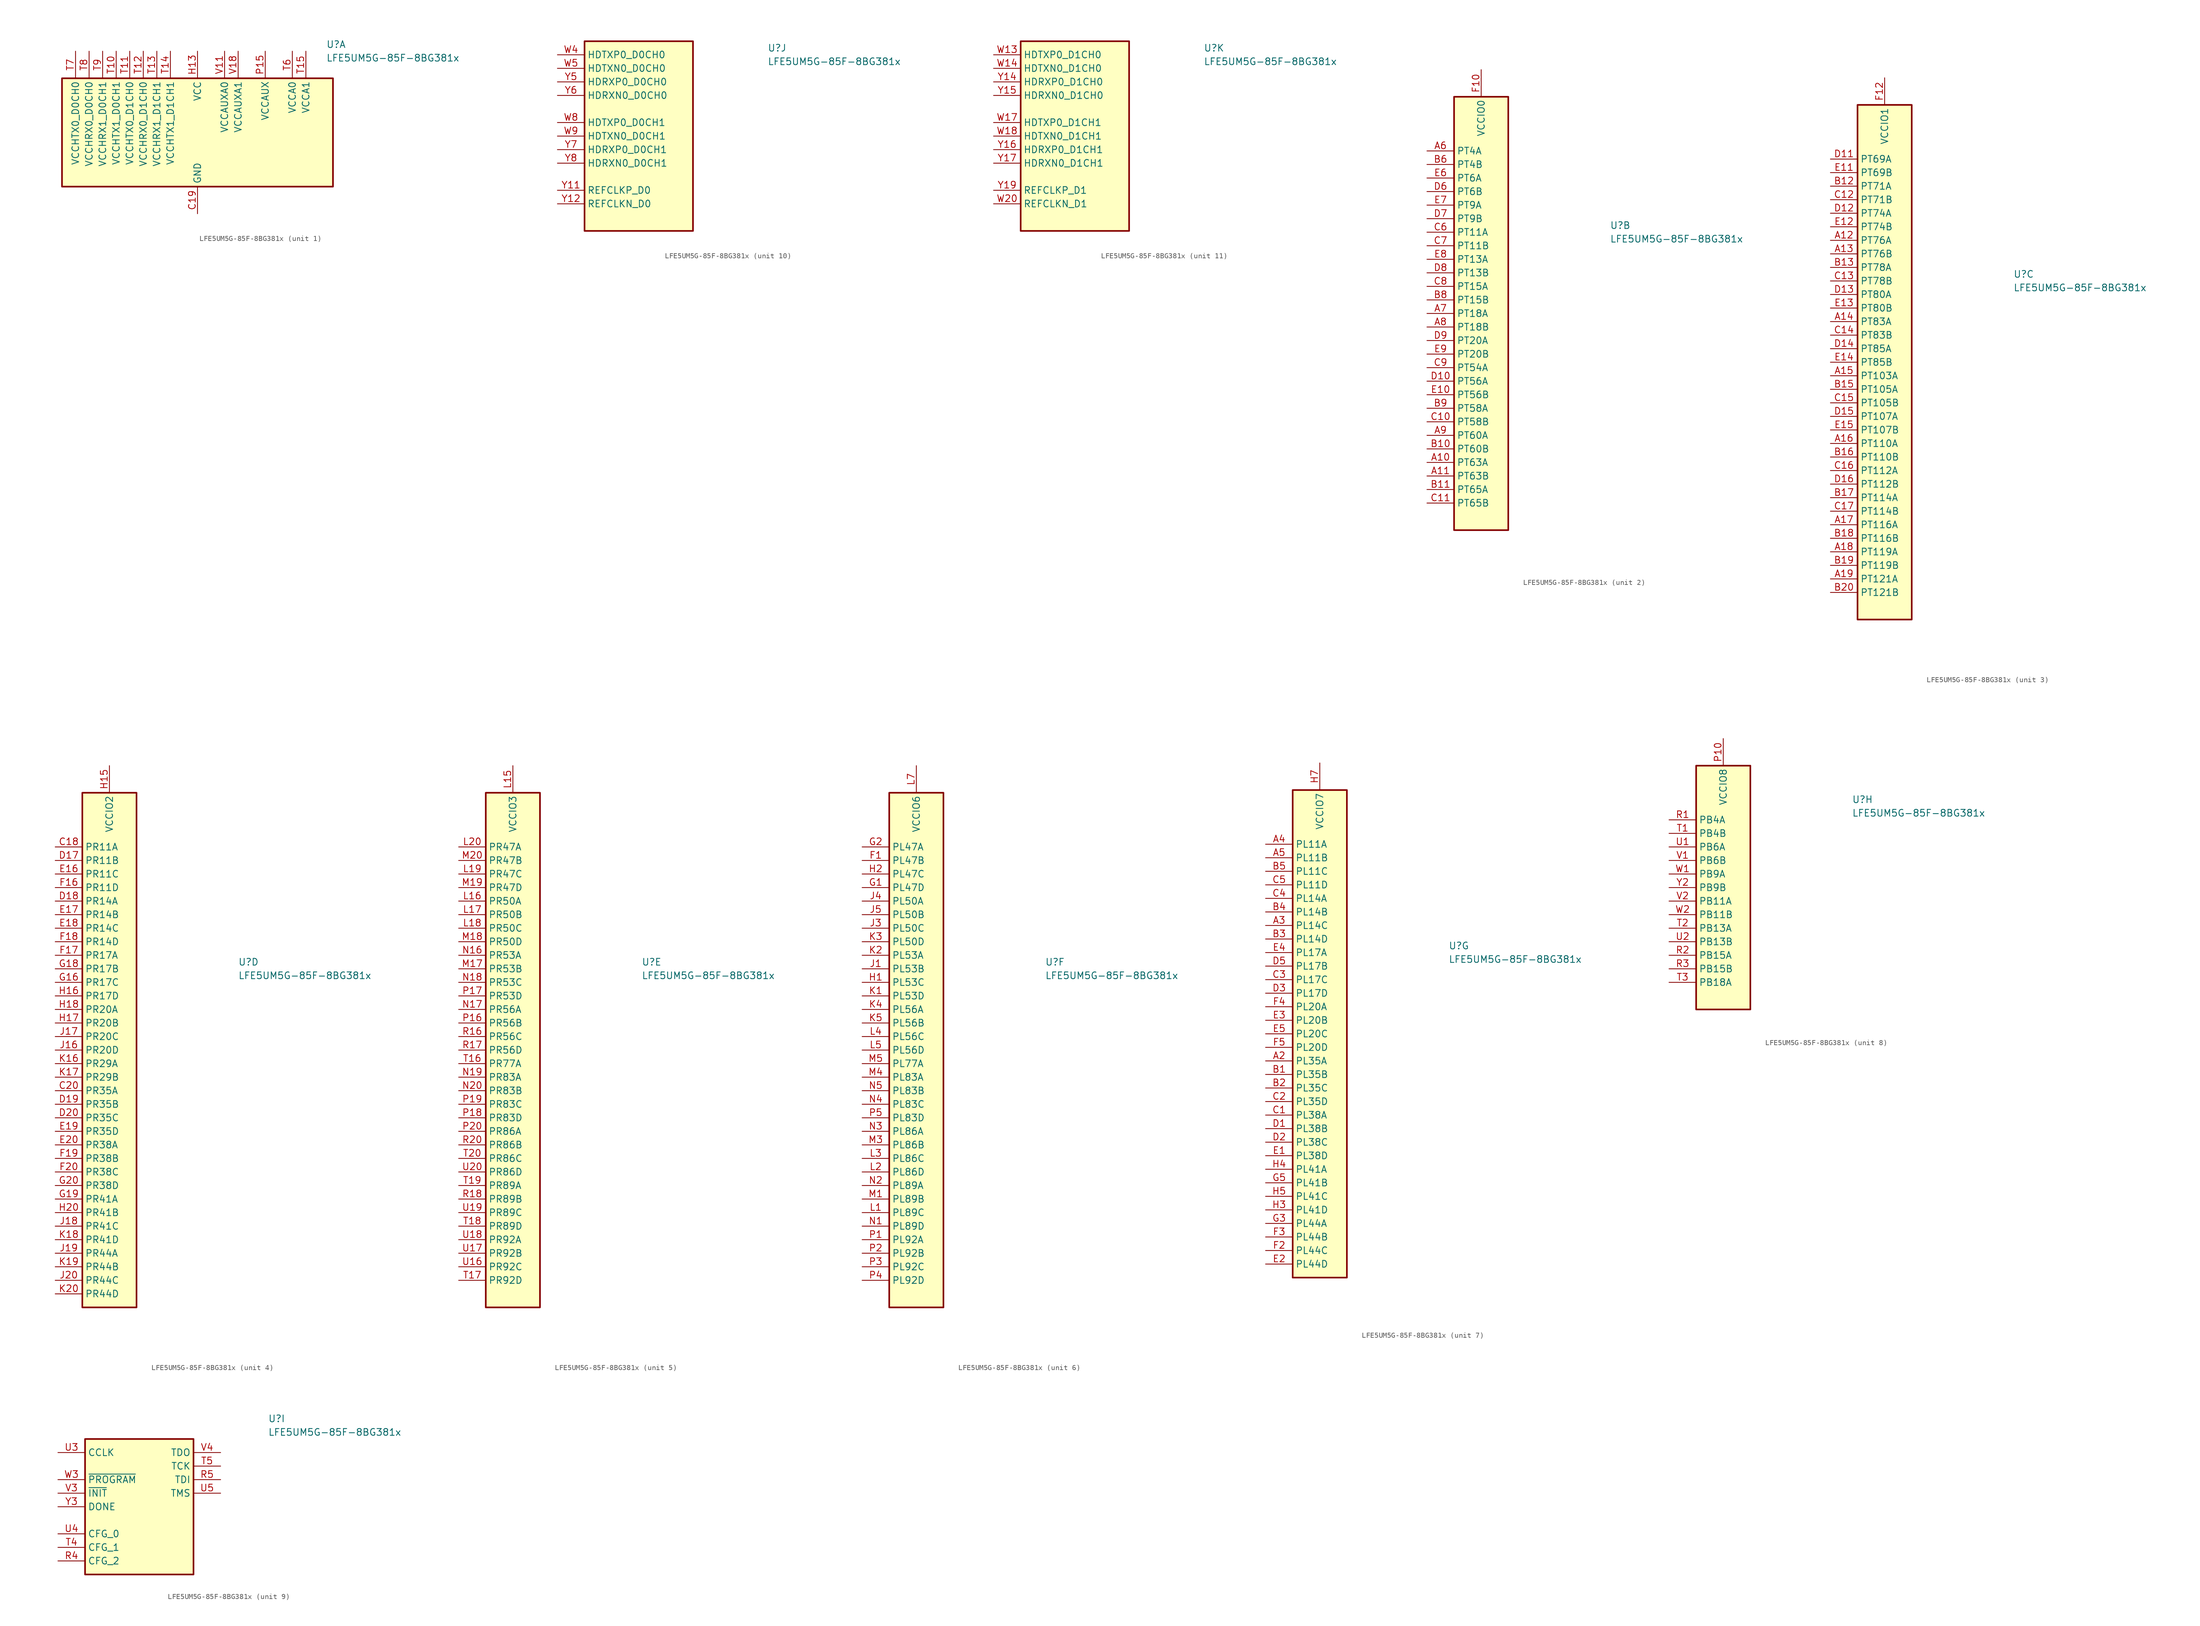
<source format=kicad_sym>
(kicad_symbol_lib
  (version 20200908)
  (generator kicad_symbol_editor)
  (symbol "FPGA_Lattice:LFE5UM5G-85F-8BG381x"
    (property "Reference" "U"
      (at 24.13 16.51 0)
      (effects (font (size 1.27 1.27)) (justify left)))
    (property "Value" "LFE5UM5G-85F-8BG381x"
      (at 24.13 13.97 0)
      (effects (font (size 1.27 1.27)) (justify left)))
    (property "ki_locked" ""
      (at 0 0 0)
      (effects (font (size 1.27 1.27))))
    (symbol "LFE5UM5G-85F-8BG381x_1_1"
      (rectangle (start -25.4 10.16) (end 25.4 -10.16) (stroke (width 0.305)) (fill (type background)))
      (pin passive line (at 0 -15.24 90) (length 5.08) hide (name "GND" (effects (font (size 1.27 1.27)))) (number "U10" (effects (font (size 1.27 1.27)))))
      (pin passive line (at 0 -15.24 90) (length 5.08) hide (name "GND" (effects (font (size 1.27 1.27)))) (number "U11" (effects (font (size 1.27 1.27)))))
      (pin passive line (at 0 -15.24 90) (length 5.08) hide (name "GND" (effects (font (size 1.27 1.27)))) (number "U12" (effects (font (size 1.27 1.27)))))
      (pin passive line (at 0 -15.24 90) (length 5.08) hide (name "GND" (effects (font (size 1.27 1.27)))) (number "U13" (effects (font (size 1.27 1.27)))))
      (pin passive line (at 0 -15.24 90) (length 5.08) hide (name "GND" (effects (font (size 1.27 1.27)))) (number "U14" (effects (font (size 1.27 1.27)))))
      (pin passive line (at 0 -15.24 90) (length 5.08) hide (name "GND" (effects (font (size 1.27 1.27)))) (number "U7" (effects (font (size 1.27 1.27)))))
      (pin passive line (at 0 -15.24 90) (length 5.08) hide (name "GND" (effects (font (size 1.27 1.27)))) (number "U8" (effects (font (size 1.27 1.27)))))
      (pin passive line (at 0 -15.24 90) (length 5.08) hide (name "GND" (effects (font (size 1.27 1.27)))) (number "U9" (effects (font (size 1.27 1.27)))))
      (pin passive line (at 0 -15.24 90) (length 5.08) hide (name "GND" (effects (font (size 1.27 1.27)))) (number "V12" (effects (font (size 1.27 1.27)))))
      (pin passive line (at 0 -15.24 90) (length 5.08) hide (name "GND" (effects (font (size 1.27 1.27)))) (number "V13" (effects (font (size 1.27 1.27)))))
      (pin passive line (at 0 -15.24 90) (length 5.08) hide (name "GND" (effects (font (size 1.27 1.27)))) (number "V14" (effects (font (size 1.27 1.27)))))
      (pin passive line (at 0 -15.24 90) (length 5.08) hide (name "GND" (effects (font (size 1.27 1.27)))) (number "V15" (effects (font (size 1.27 1.27)))))
      (pin passive line (at 0 -15.24 90) (length 5.08) hide (name "GND" (effects (font (size 1.27 1.27)))) (number "V16" (effects (font (size 1.27 1.27)))))
      (pin passive line (at 0 -15.24 90) (length 5.08) hide (name "GND" (effects (font (size 1.27 1.27)))) (number "V19" (effects (font (size 1.27 1.27)))))
      (pin passive line (at 0 -15.24 90) (length 5.08) hide (name "GND" (effects (font (size 1.27 1.27)))) (number "V20" (effects (font (size 1.27 1.27)))))
      (pin passive line (at 0 -15.24 90) (length 5.08) hide (name "GND" (effects (font (size 1.27 1.27)))) (number "V5" (effects (font (size 1.27 1.27)))))
      (pin passive line (at 0 -15.24 90) (length 5.08) hide (name "GND" (effects (font (size 1.27 1.27)))) (number "V6" (effects (font (size 1.27 1.27)))))
      (pin passive line (at 0 -15.24 90) (length 5.08) hide (name "GND" (effects (font (size 1.27 1.27)))) (number "V7" (effects (font (size 1.27 1.27)))))
      (pin passive line (at 0 -15.24 90) (length 5.08) hide (name "GND" (effects (font (size 1.27 1.27)))) (number "V8" (effects (font (size 1.27 1.27)))))
      (pin passive line (at 0 -15.24 90) (length 5.08) hide (name "GND" (effects (font (size 1.27 1.27)))) (number "V9" (effects (font (size 1.27 1.27)))))
      (pin passive line (at 0 -15.24 90) (length 5.08) hide (name "GND" (effects (font (size 1.27 1.27)))) (number "W12" (effects (font (size 1.27 1.27)))))
      (pin passive line (at 0 -15.24 90) (length 5.08) hide (name "GND" (effects (font (size 1.27 1.27)))) (number "W15" (effects (font (size 1.27 1.27)))))
      (pin passive line (at 0 -15.24 90) (length 5.08) hide (name "GND" (effects (font (size 1.27 1.27)))) (number "W16" (effects (font (size 1.27 1.27)))))
      (pin passive line (at 0 -15.24 90) (length 5.08) hide (name "GND" (effects (font (size 1.27 1.27)))) (number "W19" (effects (font (size 1.27 1.27)))))
      (pin passive line (at 0 -15.24 90) (length 5.08) hide (name "GND" (effects (font (size 1.27 1.27)))) (number "W6" (effects (font (size 1.27 1.27)))))
      (pin passive line (at 0 -15.24 90) (length 5.08) hide (name "GND" (effects (font (size 1.27 1.27)))) (number "W7" (effects (font (size 1.27 1.27)))))
      (pin passive line (at 0 -15.24 90) (length 5.08) hide (name "GND" (effects (font (size 1.27 1.27)))) (number "B14" (effects (font (size 1.27 1.27)))))
      (pin passive line (at 0 -15.24 90) (length 5.08) hide (name "GND" (effects (font (size 1.27 1.27)))) (number "B7" (effects (font (size 1.27 1.27)))))
      (pin power_in line (at 0 -15.24 90) (length 5.08) (name "GND" (effects (font (size 1.27 1.27)))) (number "C19" (effects (font (size 1.27 1.27)))))
      (pin passive line (at 0 -15.24 90) (length 5.08) hide (name "GND" (effects (font (size 1.27 1.27)))) (number "D4" (effects (font (size 1.27 1.27)))))
      (pin passive line (at 0 -15.24 90) (length 5.08) hide (name "GND" (effects (font (size 1.27 1.27)))) (number "F13" (effects (font (size 1.27 1.27)))))
      (pin passive line (at 0 -15.24 90) (length 5.08) hide (name "GND" (effects (font (size 1.27 1.27)))) (number "F14" (effects (font (size 1.27 1.27)))))
      (pin passive line (at 12.7 15.24 270) (length 5.08) hide (name "VCCAUX" (effects (font (size 1.27 1.27)))) (number "F15" (effects (font (size 1.27 1.27)))))
      (pin passive line (at 12.7 15.24 270) (length 5.08) hide (name "VCCAUX" (effects (font (size 1.27 1.27)))) (number "F6" (effects (font (size 1.27 1.27)))))
      (pin passive line (at 0 -15.24 90) (length 5.08) hide (name "GND" (effects (font (size 1.27 1.27)))) (number "F7" (effects (font (size 1.27 1.27)))))
      (pin passive line (at 0 -15.24 90) (length 5.08) hide (name "GND" (effects (font (size 1.27 1.27)))) (number "F8" (effects (font (size 1.27 1.27)))))
      (pin passive line (at 0 -15.24 90) (length 5.08) hide (name "GND" (effects (font (size 1.27 1.27)))) (number "G10" (effects (font (size 1.27 1.27)))))
      (pin passive line (at 0 -15.24 90) (length 5.08) hide (name "GND" (effects (font (size 1.27 1.27)))) (number "G11" (effects (font (size 1.27 1.27)))))
      (pin passive line (at 0 -15.24 90) (length 5.08) hide (name "GND" (effects (font (size 1.27 1.27)))) (number "G12" (effects (font (size 1.27 1.27)))))
      (pin passive line (at 0 -15.24 90) (length 5.08) hide (name "GND" (effects (font (size 1.27 1.27)))) (number "G13" (effects (font (size 1.27 1.27)))))
      (pin passive line (at 0 -15.24 90) (length 5.08) hide (name "GND" (effects (font (size 1.27 1.27)))) (number "G14" (effects (font (size 1.27 1.27)))))
      (pin passive line (at 0 -15.24 90) (length 5.08) hide (name "GND" (effects (font (size 1.27 1.27)))) (number "G15" (effects (font (size 1.27 1.27)))))
      (pin passive line (at 0 -15.24 90) (length 5.08) hide (name "GND" (effects (font (size 1.27 1.27)))) (number "G17" (effects (font (size 1.27 1.27)))))
      (pin passive line (at 0 -15.24 90) (length 5.08) hide (name "GND" (effects (font (size 1.27 1.27)))) (number "G4" (effects (font (size 1.27 1.27)))))
      (pin passive line (at 0 -15.24 90) (length 5.08) hide (name "GND" (effects (font (size 1.27 1.27)))) (number "G6" (effects (font (size 1.27 1.27)))))
      (pin passive line (at 0 -15.24 90) (length 5.08) hide (name "GND" (effects (font (size 1.27 1.27)))) (number "G7" (effects (font (size 1.27 1.27)))))
      (pin passive line (at 0 -15.24 90) (length 5.08) hide (name "GND" (effects (font (size 1.27 1.27)))) (number "G8" (effects (font (size 1.27 1.27)))))
      (pin passive line (at 0 -15.24 90) (length 5.08) hide (name "GND" (effects (font (size 1.27 1.27)))) (number "G9" (effects (font (size 1.27 1.27)))))
      (pin passive line (at 0 15.24 270) (length 5.08) hide (name "VCC" (effects (font (size 1.27 1.27)))) (number "H10" (effects (font (size 1.27 1.27)))))
      (pin passive line (at 0 15.24 270) (length 5.08) hide (name "VCC" (effects (font (size 1.27 1.27)))) (number "H11" (effects (font (size 1.27 1.27)))))
      (pin passive line (at 0 15.24 270) (length 5.08) hide (name "VCC" (effects (font (size 1.27 1.27)))) (number "H12" (effects (font (size 1.27 1.27)))))
      (pin power_in line (at 0 15.24 270) (length 5.08) (name "VCC" (effects (font (size 1.27 1.27)))) (number "H13" (effects (font (size 1.27 1.27)))))
      (pin passive line (at 0 -15.24 90) (length 5.08) hide (name "GND" (effects (font (size 1.27 1.27)))) (number "H19" (effects (font (size 1.27 1.27)))))
      (pin passive line (at 0 15.24 270) (length 5.08) hide (name "VCC" (effects (font (size 1.27 1.27)))) (number "H8" (effects (font (size 1.27 1.27)))))
      (pin passive line (at 0 15.24 270) (length 5.08) hide (name "VCC" (effects (font (size 1.27 1.27)))) (number "H9" (effects (font (size 1.27 1.27)))))
      (pin passive line (at 0 -15.24 90) (length 5.08) hide (name "GND" (effects (font (size 1.27 1.27)))) (number "J10" (effects (font (size 1.27 1.27)))))
      (pin passive line (at 0 -15.24 90) (length 5.08) hide (name "GND" (effects (font (size 1.27 1.27)))) (number "J11" (effects (font (size 1.27 1.27)))))
      (pin passive line (at 0 -15.24 90) (length 5.08) hide (name "GND" (effects (font (size 1.27 1.27)))) (number "J12" (effects (font (size 1.27 1.27)))))
      (pin passive line (at 0 15.24 270) (length 5.08) hide (name "VCC" (effects (font (size 1.27 1.27)))) (number "J13" (effects (font (size 1.27 1.27)))))
      (pin passive line (at 0 -15.24 90) (length 5.08) hide (name "GND" (effects (font (size 1.27 1.27)))) (number "J14" (effects (font (size 1.27 1.27)))))
      (pin passive line (at 0 -15.24 90) (length 5.08) hide (name "GND" (effects (font (size 1.27 1.27)))) (number "J2" (effects (font (size 1.27 1.27)))))
      (pin passive line (at 0 -15.24 90) (length 5.08) hide (name "GND" (effects (font (size 1.27 1.27)))) (number "J7" (effects (font (size 1.27 1.27)))))
      (pin passive line (at 0 15.24 270) (length 5.08) hide (name "VCC" (effects (font (size 1.27 1.27)))) (number "J8" (effects (font (size 1.27 1.27)))))
      (pin passive line (at 0 -15.24 90) (length 5.08) hide (name "GND" (effects (font (size 1.27 1.27)))) (number "J9" (effects (font (size 1.27 1.27)))))
      (pin passive line (at 0 -15.24 90) (length 5.08) hide (name "GND" (effects (font (size 1.27 1.27)))) (number "K10" (effects (font (size 1.27 1.27)))))
      (pin passive line (at 0 -15.24 90) (length 5.08) hide (name "GND" (effects (font (size 1.27 1.27)))) (number "K11" (effects (font (size 1.27 1.27)))))
      (pin passive line (at 0 -15.24 90) (length 5.08) hide (name "GND" (effects (font (size 1.27 1.27)))) (number "K12" (effects (font (size 1.27 1.27)))))
      (pin passive line (at 0 15.24 270) (length 5.08) hide (name "VCC" (effects (font (size 1.27 1.27)))) (number "K13" (effects (font (size 1.27 1.27)))))
      (pin passive line (at 0 -15.24 90) (length 5.08) hide (name "GND" (effects (font (size 1.27 1.27)))) (number "K14" (effects (font (size 1.27 1.27)))))
      (pin passive line (at 0 -15.24 90) (length 5.08) hide (name "GND" (effects (font (size 1.27 1.27)))) (number "K15" (effects (font (size 1.27 1.27)))))
      (pin passive line (at 0 -15.24 90) (length 5.08) hide (name "GND" (effects (font (size 1.27 1.27)))) (number "K6" (effects (font (size 1.27 1.27)))))
      (pin passive line (at 0 -15.24 90) (length 5.08) hide (name "GND" (effects (font (size 1.27 1.27)))) (number "K7" (effects (font (size 1.27 1.27)))))
      (pin passive line (at 0 15.24 270) (length 5.08) hide (name "VCC" (effects (font (size 1.27 1.27)))) (number "K8" (effects (font (size 1.27 1.27)))))
      (pin passive line (at 0 -15.24 90) (length 5.08) hide (name "GND" (effects (font (size 1.27 1.27)))) (number "K9" (effects (font (size 1.27 1.27)))))
      (pin passive line (at 0 -15.24 90) (length 5.08) hide (name "GND" (effects (font (size 1.27 1.27)))) (number "L10" (effects (font (size 1.27 1.27)))))
      (pin passive line (at 0 -15.24 90) (length 5.08) hide (name "GND" (effects (font (size 1.27 1.27)))) (number "L11" (effects (font (size 1.27 1.27)))))
      (pin passive line (at 0 -15.24 90) (length 5.08) hide (name "GND" (effects (font (size 1.27 1.27)))) (number "L12" (effects (font (size 1.27 1.27)))))
      (pin passive line (at 0 15.24 270) (length 5.08) hide (name "VCC" (effects (font (size 1.27 1.27)))) (number "L13" (effects (font (size 1.27 1.27)))))
      (pin passive line (at 0 15.24 270) (length 5.08) hide (name "VCC" (effects (font (size 1.27 1.27)))) (number "L8" (effects (font (size 1.27 1.27)))))
      (pin passive line (at 0 -15.24 90) (length 5.08) hide (name "GND" (effects (font (size 1.27 1.27)))) (number "L9" (effects (font (size 1.27 1.27)))))
      (pin passive line (at 0 -15.24 90) (length 5.08) hide (name "GND" (effects (font (size 1.27 1.27)))) (number "M10" (effects (font (size 1.27 1.27)))))
      (pin passive line (at 0 -15.24 90) (length 5.08) hide (name "GND" (effects (font (size 1.27 1.27)))) (number "M11" (effects (font (size 1.27 1.27)))))
      (pin passive line (at 0 -15.24 90) (length 5.08) hide (name "GND" (effects (font (size 1.27 1.27)))) (number "M12" (effects (font (size 1.27 1.27)))))
      (pin passive line (at 0 15.24 270) (length 5.08) hide (name "VCC" (effects (font (size 1.27 1.27)))) (number "M13" (effects (font (size 1.27 1.27)))))
      (pin passive line (at 0 -15.24 90) (length 5.08) hide (name "GND" (effects (font (size 1.27 1.27)))) (number "M14" (effects (font (size 1.27 1.27)))))
      (pin passive line (at 0 -15.24 90) (length 5.08) hide (name "GND" (effects (font (size 1.27 1.27)))) (number "M16" (effects (font (size 1.27 1.27)))))
      (pin passive line (at 0 -15.24 90) (length 5.08) hide (name "GND" (effects (font (size 1.27 1.27)))) (number "M2" (effects (font (size 1.27 1.27)))))
      (pin passive line (at 0 -15.24 90) (length 5.08) hide (name "GND" (effects (font (size 1.27 1.27)))) (number "M7" (effects (font (size 1.27 1.27)))))
      (pin passive line (at 0 15.24 270) (length 5.08) hide (name "VCC" (effects (font (size 1.27 1.27)))) (number "M8" (effects (font (size 1.27 1.27)))))
      (pin passive line (at 0 -15.24 90) (length 5.08) hide (name "GND" (effects (font (size 1.27 1.27)))) (number "M9" (effects (font (size 1.27 1.27)))))
      (pin passive line (at 0 15.24 270) (length 5.08) hide (name "VCC" (effects (font (size 1.27 1.27)))) (number "N10" (effects (font (size 1.27 1.27)))))
      (pin passive line (at 0 15.24 270) (length 5.08) hide (name "VCC" (effects (font (size 1.27 1.27)))) (number "N11" (effects (font (size 1.27 1.27)))))
      (pin passive line (at 0 15.24 270) (length 5.08) hide (name "VCC" (effects (font (size 1.27 1.27)))) (number "N12" (effects (font (size 1.27 1.27)))))
      (pin passive line (at 0 15.24 270) (length 5.08) hide (name "VCC" (effects (font (size 1.27 1.27)))) (number "N13" (effects (font (size 1.27 1.27)))))
      (pin passive line (at 0 -15.24 90) (length 5.08) hide (name "GND" (effects (font (size 1.27 1.27)))) (number "N14" (effects (font (size 1.27 1.27)))))
      (pin passive line (at 0 -15.24 90) (length 5.08) hide (name "GND" (effects (font (size 1.27 1.27)))) (number "N15" (effects (font (size 1.27 1.27)))))
      (pin passive line (at 0 -15.24 90) (length 5.08) hide (name "GND" (effects (font (size 1.27 1.27)))) (number "N6" (effects (font (size 1.27 1.27)))))
      (pin passive line (at 0 -15.24 90) (length 5.08) hide (name "GND" (effects (font (size 1.27 1.27)))) (number "N7" (effects (font (size 1.27 1.27)))))
      (pin passive line (at 0 15.24 270) (length 5.08) hide (name "VCC" (effects (font (size 1.27 1.27)))) (number "N8" (effects (font (size 1.27 1.27)))))
      (pin passive line (at 0 15.24 270) (length 5.08) hide (name "VCC" (effects (font (size 1.27 1.27)))) (number "N9" (effects (font (size 1.27 1.27)))))
      (pin passive line (at 0 -15.24 90) (length 5.08) hide (name "GND" (effects (font (size 1.27 1.27)))) (number "P11" (effects (font (size 1.27 1.27)))))
      (pin passive line (at 0 -15.24 90) (length 5.08) hide (name "GND" (effects (font (size 1.27 1.27)))) (number "P12" (effects (font (size 1.27 1.27)))))
      (pin passive line (at 0 -15.24 90) (length 5.08) hide (name "GND" (effects (font (size 1.27 1.27)))) (number "P13" (effects (font (size 1.27 1.27)))))
      (pin passive line (at 0 -15.24 90) (length 5.08) hide (name "GND" (effects (font (size 1.27 1.27)))) (number "P14" (effects (font (size 1.27 1.27)))))
      (pin power_in line (at 12.7 15.24 270) (length 5.08) (name "VCCAUX" (effects (font (size 1.27 1.27)))) (number "P15" (effects (font (size 1.27 1.27)))))
      (pin passive line (at 12.7 15.24 270) (length 5.08) hide (name "VCCAUX" (effects (font (size 1.27 1.27)))) (number "P6" (effects (font (size 1.27 1.27)))))
      (pin passive line (at 0 -15.24 90) (length 5.08) hide (name "GND" (effects (font (size 1.27 1.27)))) (number "P7" (effects (font (size 1.27 1.27)))))
      (pin passive line (at 0 -15.24 90) (length 5.08) hide (name "GND" (effects (font (size 1.27 1.27)))) (number "P8" (effects (font (size 1.27 1.27)))))
      (pin passive line (at 0 -15.24 90) (length 5.08) hide (name "GND" (effects (font (size 1.27 1.27)))) (number "R19" (effects (font (size 1.27 1.27)))))
      (pin power_in line (at -15.24 15.24 270) (length 5.08) (name "VCCHTX1_D0CH1" (effects (font (size 1.27 1.27)))) (number "T10" (effects (font (size 1.27 1.27)))))
      (pin power_in line (at -12.7 15.24 270) (length 5.08) (name "VCCHTX0_D1CH0" (effects (font (size 1.27 1.27)))) (number "T11" (effects (font (size 1.27 1.27)))))
      (pin power_in line (at -10.16 15.24 270) (length 5.08) (name "VCCHRX0_D1CH0" (effects (font (size 1.27 1.27)))) (number "T12" (effects (font (size 1.27 1.27)))))
      (pin power_in line (at -7.62 15.24 270) (length 5.08) (name "VCCHRX1_D1CH1" (effects (font (size 1.27 1.27)))) (number "T13" (effects (font (size 1.27 1.27)))))
      (pin power_in line (at -5.08 15.24 270) (length 5.08) (name "VCCHTX1_D1CH1" (effects (font (size 1.27 1.27)))) (number "T14" (effects (font (size 1.27 1.27)))))
      (pin power_in line (at 20.32 15.24 270) (length 5.08) (name "VCCA1" (effects (font (size 1.27 1.27)))) (number "T15" (effects (font (size 1.27 1.27)))))
      (pin power_in line (at 17.78 15.24 270) (length 5.08) (name "VCCA0" (effects (font (size 1.27 1.27)))) (number "T6" (effects (font (size 1.27 1.27)))))
      (pin power_in line (at -22.86 15.24 270) (length 5.08) (name "VCCHTX0_D0CH0" (effects (font (size 1.27 1.27)))) (number "T7" (effects (font (size 1.27 1.27)))))
      (pin power_in line (at -20.32 15.24 270) (length 5.08) (name "VCCHRX0_D0CH0" (effects (font (size 1.27 1.27)))) (number "T8" (effects (font (size 1.27 1.27)))))
      (pin power_in line (at -17.78 15.24 270) (length 5.08) (name "VCCHRX1_D0CH1" (effects (font (size 1.27 1.27)))) (number "T9" (effects (font (size 1.27 1.27)))))
      (pin passive line (at 20.32 15.24 270) (length 5.08) hide (name "VCCA1" (effects (font (size 1.27 1.27)))) (number "U15" (effects (font (size 1.27 1.27)))))
      (pin passive line (at 17.78 15.24 270) (length 5.08) hide (name "VCCA0" (effects (font (size 1.27 1.27)))) (number "U6" (effects (font (size 1.27 1.27)))))
      (pin passive line (at 5.08 15.24 270) (length 5.08) hide (name "VCCAUXA0" (effects (font (size 1.27 1.27)))) (number "V10" (effects (font (size 1.27 1.27)))))
      (pin power_in line (at 5.08 15.24 270) (length 5.08) (name "VCCAUXA0" (effects (font (size 1.27 1.27)))) (number "V11" (effects (font (size 1.27 1.27)))))
      (pin passive line (at 7.62 15.24 270) (length 5.08) hide (name "VCCAUXA1" (effects (font (size 1.27 1.27)))) (number "V17" (effects (font (size 1.27 1.27)))))
      (pin power_in line (at 7.62 15.24 270) (length 5.08) (name "VCCAUXA1" (effects (font (size 1.27 1.27)))) (number "V18" (effects (font (size 1.27 1.27))))))
    (symbol "LFE5UM5G-85F-8BG381x_2_1"
      (rectangle (start -5.08 40.64) (end 5.08 -40.64) (stroke (width 0.305)) (fill (type background)))
      (pin bidirectional line (at -10.16 -27.94 0) (length 5.08) (name "PT63A" (effects (font (size 1.27 1.27)))) (number "A10" (effects (font (size 1.27 1.27)))))
      (pin bidirectional line (at -10.16 -30.48 0) (length 5.08) (name "PT63B" (effects (font (size 1.27 1.27)))) (number "A11" (effects (font (size 1.27 1.27)))))
      (pin bidirectional line (at -10.16 30.48 0) (length 5.08) (name "PT4A" (effects (font (size 1.27 1.27)))) (number "A6" (effects (font (size 1.27 1.27)))))
      (pin bidirectional line (at -10.16 0 0) (length 5.08) (name "PT18A" (effects (font (size 1.27 1.27)))) (number "A7" (effects (font (size 1.27 1.27)))))
      (pin bidirectional line (at -10.16 -2.54 0) (length 5.08) (name "PT18B" (effects (font (size 1.27 1.27)))) (number "A8" (effects (font (size 1.27 1.27)))))
      (pin bidirectional line (at -10.16 -22.86 0) (length 5.08) (name "PT60A" (effects (font (size 1.27 1.27)))) (number "A9" (effects (font (size 1.27 1.27)))))
      (pin bidirectional line (at -10.16 -25.4 0) (length 5.08) (name "PT60B" (effects (font (size 1.27 1.27)))) (number "B10" (effects (font (size 1.27 1.27)))))
      (pin bidirectional line (at -10.16 -33.02 0) (length 5.08) (name "PT65A" (effects (font (size 1.27 1.27)))) (number "B11" (effects (font (size 1.27 1.27)))))
      (pin bidirectional line (at -10.16 27.94 0) (length 5.08) (name "PT4B" (effects (font (size 1.27 1.27)))) (number "B6" (effects (font (size 1.27 1.27)))))
      (pin bidirectional line (at -10.16 2.54 0) (length 5.08) (name "PT15B" (effects (font (size 1.27 1.27)))) (number "B8" (effects (font (size 1.27 1.27)))))
      (pin bidirectional line (at -10.16 -17.78 0) (length 5.08) (name "PT58A" (effects (font (size 1.27 1.27)))) (number "B9" (effects (font (size 1.27 1.27)))))
      (pin bidirectional line (at -10.16 -20.32 0) (length 5.08) (name "PT58B" (effects (font (size 1.27 1.27)))) (number "C10" (effects (font (size 1.27 1.27)))))
      (pin bidirectional line (at -10.16 -35.56 0) (length 5.08) (name "PT65B" (effects (font (size 1.27 1.27)))) (number "C11" (effects (font (size 1.27 1.27)))))
      (pin bidirectional line (at -10.16 15.24 0) (length 5.08) (name "PT11A" (effects (font (size 1.27 1.27)))) (number "C6" (effects (font (size 1.27 1.27)))))
      (pin bidirectional line (at -10.16 12.7 0) (length 5.08) (name "PT11B" (effects (font (size 1.27 1.27)))) (number "C7" (effects (font (size 1.27 1.27)))))
      (pin bidirectional line (at -10.16 5.08 0) (length 5.08) (name "PT15A" (effects (font (size 1.27 1.27)))) (number "C8" (effects (font (size 1.27 1.27)))))
      (pin bidirectional line (at -10.16 -10.16 0) (length 5.08) (name "PT54A" (effects (font (size 1.27 1.27)))) (number "C9" (effects (font (size 1.27 1.27)))))
      (pin bidirectional line (at -10.16 -12.7 0) (length 5.08) (name "PT56A" (effects (font (size 1.27 1.27)))) (number "D10" (effects (font (size 1.27 1.27)))))
      (pin bidirectional line (at -10.16 22.86 0) (length 5.08) (name "PT6B" (effects (font (size 1.27 1.27)))) (number "D6" (effects (font (size 1.27 1.27)))))
      (pin bidirectional line (at -10.16 17.78 0) (length 5.08) (name "PT9B" (effects (font (size 1.27 1.27)))) (number "D7" (effects (font (size 1.27 1.27)))))
      (pin bidirectional line (at -10.16 7.62 0) (length 5.08) (name "PT13B" (effects (font (size 1.27 1.27)))) (number "D8" (effects (font (size 1.27 1.27)))))
      (pin bidirectional line (at -10.16 -5.08 0) (length 5.08) (name "PT20A" (effects (font (size 1.27 1.27)))) (number "D9" (effects (font (size 1.27 1.27)))))
      (pin bidirectional line (at -10.16 -15.24 0) (length 5.08) (name "PT56B" (effects (font (size 1.27 1.27)))) (number "E10" (effects (font (size 1.27 1.27)))))
      (pin bidirectional line (at -10.16 25.4 0) (length 5.08) (name "PT6A" (effects (font (size 1.27 1.27)))) (number "E6" (effects (font (size 1.27 1.27)))))
      (pin bidirectional line (at -10.16 20.32 0) (length 5.08) (name "PT9A" (effects (font (size 1.27 1.27)))) (number "E7" (effects (font (size 1.27 1.27)))))
      (pin bidirectional line (at -10.16 10.16 0) (length 5.08) (name "PT13A" (effects (font (size 1.27 1.27)))) (number "E8" (effects (font (size 1.27 1.27)))))
      (pin bidirectional line (at -10.16 -7.62 0) (length 5.08) (name "PT20B" (effects (font (size 1.27 1.27)))) (number "E9" (effects (font (size 1.27 1.27)))))
      (pin power_in line (at 0 45.72 270) (length 5.08) (name "VCCIO0" (effects (font (size 1.27 1.27)))) (number "F10" (effects (font (size 1.27 1.27)))))
      (pin passive line (at 0 45.72 270) (length 5.08) hide (name "VCCIO0" (effects (font (size 1.27 1.27)))) (number "F9" (effects (font (size 1.27 1.27))))))
    (symbol "LFE5UM5G-85F-8BG381x_3_1"
      (rectangle (start -5.08 48.26) (end 5.08 -48.26) (stroke (width 0.305)) (fill (type background)))
      (pin bidirectional line (at -10.16 22.86 0) (length 5.08) (name "PT76A" (effects (font (size 1.27 1.27)))) (number "A12" (effects (font (size 1.27 1.27)))))
      (pin bidirectional line (at -10.16 20.32 0) (length 5.08) (name "PT76B" (effects (font (size 1.27 1.27)))) (number "A13" (effects (font (size 1.27 1.27)))))
      (pin bidirectional line (at -10.16 7.62 0) (length 5.08) (name "PT83A" (effects (font (size 1.27 1.27)))) (number "A14" (effects (font (size 1.27 1.27)))))
      (pin bidirectional line (at -10.16 -2.54 0) (length 5.08) (name "PT103A" (effects (font (size 1.27 1.27)))) (number "A15" (effects (font (size 1.27 1.27)))))
      (pin bidirectional line (at -10.16 -15.24 0) (length 5.08) (name "PT110A" (effects (font (size 1.27 1.27)))) (number "A16" (effects (font (size 1.27 1.27)))))
      (pin bidirectional line (at -10.16 -30.48 0) (length 5.08) (name "PT116A" (effects (font (size 1.27 1.27)))) (number "A17" (effects (font (size 1.27 1.27)))))
      (pin bidirectional line (at -10.16 -35.56 0) (length 5.08) (name "PT119A" (effects (font (size 1.27 1.27)))) (number "A18" (effects (font (size 1.27 1.27)))))
      (pin bidirectional line (at -10.16 -40.64 0) (length 5.08) (name "PT121A" (effects (font (size 1.27 1.27)))) (number "A19" (effects (font (size 1.27 1.27)))))
      (pin bidirectional line (at -10.16 33.02 0) (length 5.08) (name "PT71A" (effects (font (size 1.27 1.27)))) (number "B12" (effects (font (size 1.27 1.27)))))
      (pin bidirectional line (at -10.16 17.78 0) (length 5.08) (name "PT78A" (effects (font (size 1.27 1.27)))) (number "B13" (effects (font (size 1.27 1.27)))))
      (pin bidirectional line (at -10.16 -5.08 0) (length 5.08) (name "PT105A" (effects (font (size 1.27 1.27)))) (number "B15" (effects (font (size 1.27 1.27)))))
      (pin bidirectional line (at -10.16 -17.78 0) (length 5.08) (name "PT110B" (effects (font (size 1.27 1.27)))) (number "B16" (effects (font (size 1.27 1.27)))))
      (pin bidirectional line (at -10.16 -25.4 0) (length 5.08) (name "PT114A" (effects (font (size 1.27 1.27)))) (number "B17" (effects (font (size 1.27 1.27)))))
      (pin bidirectional line (at -10.16 -33.02 0) (length 5.08) (name "PT116B" (effects (font (size 1.27 1.27)))) (number "B18" (effects (font (size 1.27 1.27)))))
      (pin bidirectional line (at -10.16 -38.1 0) (length 5.08) (name "PT119B" (effects (font (size 1.27 1.27)))) (number "B19" (effects (font (size 1.27 1.27)))))
      (pin bidirectional line (at -10.16 -43.18 0) (length 5.08) (name "PT121B" (effects (font (size 1.27 1.27)))) (number "B20" (effects (font (size 1.27 1.27)))))
      (pin bidirectional line (at -10.16 30.48 0) (length 5.08) (name "PT71B" (effects (font (size 1.27 1.27)))) (number "C12" (effects (font (size 1.27 1.27)))))
      (pin bidirectional line (at -10.16 15.24 0) (length 5.08) (name "PT78B" (effects (font (size 1.27 1.27)))) (number "C13" (effects (font (size 1.27 1.27)))))
      (pin bidirectional line (at -10.16 5.08 0) (length 5.08) (name "PT83B" (effects (font (size 1.27 1.27)))) (number "C14" (effects (font (size 1.27 1.27)))))
      (pin bidirectional line (at -10.16 -7.62 0) (length 5.08) (name "PT105B" (effects (font (size 1.27 1.27)))) (number "C15" (effects (font (size 1.27 1.27)))))
      (pin bidirectional line (at -10.16 -20.32 0) (length 5.08) (name "PT112A" (effects (font (size 1.27 1.27)))) (number "C16" (effects (font (size 1.27 1.27)))))
      (pin bidirectional line (at -10.16 -27.94 0) (length 5.08) (name "PT114B" (effects (font (size 1.27 1.27)))) (number "C17" (effects (font (size 1.27 1.27)))))
      (pin bidirectional line (at -10.16 38.1 0) (length 5.08) (name "PT69A" (effects (font (size 1.27 1.27)))) (number "D11" (effects (font (size 1.27 1.27)))))
      (pin bidirectional line (at -10.16 27.94 0) (length 5.08) (name "PT74A" (effects (font (size 1.27 1.27)))) (number "D12" (effects (font (size 1.27 1.27)))))
      (pin bidirectional line (at -10.16 12.7 0) (length 5.08) (name "PT80A" (effects (font (size 1.27 1.27)))) (number "D13" (effects (font (size 1.27 1.27)))))
      (pin bidirectional line (at -10.16 2.54 0) (length 5.08) (name "PT85A" (effects (font (size 1.27 1.27)))) (number "D14" (effects (font (size 1.27 1.27)))))
      (pin bidirectional line (at -10.16 -10.16 0) (length 5.08) (name "PT107A" (effects (font (size 1.27 1.27)))) (number "D15" (effects (font (size 1.27 1.27)))))
      (pin bidirectional line (at -10.16 -22.86 0) (length 5.08) (name "PT112B" (effects (font (size 1.27 1.27)))) (number "D16" (effects (font (size 1.27 1.27)))))
      (pin bidirectional line (at -10.16 35.56 0) (length 5.08) (name "PT69B" (effects (font (size 1.27 1.27)))) (number "E11" (effects (font (size 1.27 1.27)))))
      (pin bidirectional line (at -10.16 25.4 0) (length 5.08) (name "PT74B" (effects (font (size 1.27 1.27)))) (number "E12" (effects (font (size 1.27 1.27)))))
      (pin bidirectional line (at -10.16 10.16 0) (length 5.08) (name "PT80B" (effects (font (size 1.27 1.27)))) (number "E13" (effects (font (size 1.27 1.27)))))
      (pin bidirectional line (at -10.16 0 0) (length 5.08) (name "PT85B" (effects (font (size 1.27 1.27)))) (number "E14" (effects (font (size 1.27 1.27)))))
      (pin bidirectional line (at -10.16 -12.7 0) (length 5.08) (name "PT107B" (effects (font (size 1.27 1.27)))) (number "E15" (effects (font (size 1.27 1.27)))))
      (pin passive line (at 0 53.34 270) (length 5.08) hide (name "VCCIO1" (effects (font (size 1.27 1.27)))) (number "F11" (effects (font (size 1.27 1.27)))))
      (pin power_in line (at 0 53.34 270) (length 5.08) (name "VCCIO1" (effects (font (size 1.27 1.27)))) (number "F12" (effects (font (size 1.27 1.27))))))
    (symbol "LFE5UM5G-85F-8BG381x_4_1"
      (rectangle (start -5.08 48.26) (end 5.08 -48.26) (stroke (width 0.305)) (fill (type background)))
      (pin bidirectional line (at -10.16 38.1 0) (length 5.08) (name "PR11A" (effects (font (size 1.27 1.27)))) (number "C18" (effects (font (size 1.27 1.27)))))
      (pin bidirectional line (at -10.16 -7.62 0) (length 5.08) (name "PR35A" (effects (font (size 1.27 1.27)))) (number "C20" (effects (font (size 1.27 1.27)))))
      (pin bidirectional line (at -10.16 35.56 0) (length 5.08) (name "PR11B" (effects (font (size 1.27 1.27)))) (number "D17" (effects (font (size 1.27 1.27)))))
      (pin bidirectional line (at -10.16 27.94 0) (length 5.08) (name "PR14A" (effects (font (size 1.27 1.27)))) (number "D18" (effects (font (size 1.27 1.27)))))
      (pin bidirectional line (at -10.16 -10.16 0) (length 5.08) (name "PR35B" (effects (font (size 1.27 1.27)))) (number "D19" (effects (font (size 1.27 1.27)))))
      (pin bidirectional line (at -10.16 -12.7 0) (length 5.08) (name "PR35C" (effects (font (size 1.27 1.27)))) (number "D20" (effects (font (size 1.27 1.27)))))
      (pin bidirectional line (at -10.16 33.02 0) (length 5.08) (name "PR11C" (effects (font (size 1.27 1.27)))) (number "E16" (effects (font (size 1.27 1.27)))))
      (pin bidirectional line (at -10.16 25.4 0) (length 5.08) (name "PR14B" (effects (font (size 1.27 1.27)))) (number "E17" (effects (font (size 1.27 1.27)))))
      (pin bidirectional line (at -10.16 22.86 0) (length 5.08) (name "PR14C" (effects (font (size 1.27 1.27)))) (number "E18" (effects (font (size 1.27 1.27)))))
      (pin bidirectional line (at -10.16 -15.24 0) (length 5.08) (name "PR35D" (effects (font (size 1.27 1.27)))) (number "E19" (effects (font (size 1.27 1.27)))))
      (pin bidirectional line (at -10.16 -17.78 0) (length 5.08) (name "PR38A" (effects (font (size 1.27 1.27)))) (number "E20" (effects (font (size 1.27 1.27)))))
      (pin bidirectional line (at -10.16 30.48 0) (length 5.08) (name "PR11D" (effects (font (size 1.27 1.27)))) (number "F16" (effects (font (size 1.27 1.27)))))
      (pin bidirectional line (at -10.16 17.78 0) (length 5.08) (name "PR17A" (effects (font (size 1.27 1.27)))) (number "F17" (effects (font (size 1.27 1.27)))))
      (pin bidirectional line (at -10.16 20.32 0) (length 5.08) (name "PR14D" (effects (font (size 1.27 1.27)))) (number "F18" (effects (font (size 1.27 1.27)))))
      (pin bidirectional line (at -10.16 -20.32 0) (length 5.08) (name "PR38B" (effects (font (size 1.27 1.27)))) (number "F19" (effects (font (size 1.27 1.27)))))
      (pin bidirectional line (at -10.16 -22.86 0) (length 5.08) (name "PR38C" (effects (font (size 1.27 1.27)))) (number "F20" (effects (font (size 1.27 1.27)))))
      (pin bidirectional line (at -10.16 12.7 0) (length 5.08) (name "PR17C" (effects (font (size 1.27 1.27)))) (number "G16" (effects (font (size 1.27 1.27)))))
      (pin bidirectional line (at -10.16 15.24 0) (length 5.08) (name "PR17B" (effects (font (size 1.27 1.27)))) (number "G18" (effects (font (size 1.27 1.27)))))
      (pin bidirectional line (at -10.16 -27.94 0) (length 5.08) (name "PR41A" (effects (font (size 1.27 1.27)))) (number "G19" (effects (font (size 1.27 1.27)))))
      (pin bidirectional line (at -10.16 -25.4 0) (length 5.08) (name "PR38D" (effects (font (size 1.27 1.27)))) (number "G20" (effects (font (size 1.27 1.27)))))
      (pin passive line (at 0 53.34 270) (length 5.08) hide (name "VCCIO2" (effects (font (size 1.27 1.27)))) (number "H14" (effects (font (size 1.27 1.27)))))
      (pin power_in line (at 0 53.34 270) (length 5.08) (name "VCCIO2" (effects (font (size 1.27 1.27)))) (number "H15" (effects (font (size 1.27 1.27)))))
      (pin bidirectional line (at -10.16 10.16 0) (length 5.08) (name "PR17D" (effects (font (size 1.27 1.27)))) (number "H16" (effects (font (size 1.27 1.27)))))
      (pin bidirectional line (at -10.16 5.08 0) (length 5.08) (name "PR20B" (effects (font (size 1.27 1.27)))) (number "H17" (effects (font (size 1.27 1.27)))))
      (pin bidirectional line (at -10.16 7.62 0) (length 5.08) (name "PR20A" (effects (font (size 1.27 1.27)))) (number "H18" (effects (font (size 1.27 1.27)))))
      (pin bidirectional line (at -10.16 -30.48 0) (length 5.08) (name "PR41B" (effects (font (size 1.27 1.27)))) (number "H20" (effects (font (size 1.27 1.27)))))
      (pin passive line (at 0 53.34 270) (length 5.08) hide (name "VCCIO2" (effects (font (size 1.27 1.27)))) (number "J15" (effects (font (size 1.27 1.27)))))
      (pin bidirectional line (at -10.16 0 0) (length 5.08) (name "PR20D" (effects (font (size 1.27 1.27)))) (number "J16" (effects (font (size 1.27 1.27)))))
      (pin bidirectional line (at -10.16 2.54 0) (length 5.08) (name "PR20C" (effects (font (size 1.27 1.27)))) (number "J17" (effects (font (size 1.27 1.27)))))
      (pin bidirectional line (at -10.16 -33.02 0) (length 5.08) (name "PR41C" (effects (font (size 1.27 1.27)))) (number "J18" (effects (font (size 1.27 1.27)))))
      (pin bidirectional line (at -10.16 -38.1 0) (length 5.08) (name "PR44A" (effects (font (size 1.27 1.27)))) (number "J19" (effects (font (size 1.27 1.27)))))
      (pin bidirectional line (at -10.16 -43.18 0) (length 5.08) (name "PR44C" (effects (font (size 1.27 1.27)))) (number "J20" (effects (font (size 1.27 1.27)))))
      (pin bidirectional line (at -10.16 -2.54 0) (length 5.08) (name "PR29A" (effects (font (size 1.27 1.27)))) (number "K16" (effects (font (size 1.27 1.27)))))
      (pin bidirectional line (at -10.16 -5.08 0) (length 5.08) (name "PR29B" (effects (font (size 1.27 1.27)))) (number "K17" (effects (font (size 1.27 1.27)))))
      (pin bidirectional line (at -10.16 -35.56 0) (length 5.08) (name "PR41D" (effects (font (size 1.27 1.27)))) (number "K18" (effects (font (size 1.27 1.27)))))
      (pin bidirectional line (at -10.16 -40.64 0) (length 5.08) (name "PR44B" (effects (font (size 1.27 1.27)))) (number "K19" (effects (font (size 1.27 1.27)))))
      (pin bidirectional line (at -10.16 -45.72 0) (length 5.08) (name "PR44D" (effects (font (size 1.27 1.27)))) (number "K20" (effects (font (size 1.27 1.27))))))
    (symbol "LFE5UM5G-85F-8BG381x_5_1"
      (rectangle (start -5.08 48.26) (end 5.08 -48.26) (stroke (width 0.305)) (fill (type background)))
      (pin passive line (at 0 53.34 270) (length 5.08) hide (name "VCCIO3" (effects (font (size 1.27 1.27)))) (number "L14" (effects (font (size 1.27 1.27)))))
      (pin power_in line (at 0 53.34 270) (length 5.08) (name "VCCIO3" (effects (font (size 1.27 1.27)))) (number "L15" (effects (font (size 1.27 1.27)))))
      (pin bidirectional line (at -10.16 27.94 0) (length 5.08) (name "PR50A" (effects (font (size 1.27 1.27)))) (number "L16" (effects (font (size 1.27 1.27)))))
      (pin bidirectional line (at -10.16 25.4 0) (length 5.08) (name "PR50B" (effects (font (size 1.27 1.27)))) (number "L17" (effects (font (size 1.27 1.27)))))
      (pin bidirectional line (at -10.16 22.86 0) (length 5.08) (name "PR50C" (effects (font (size 1.27 1.27)))) (number "L18" (effects (font (size 1.27 1.27)))))
      (pin bidirectional line (at -10.16 33.02 0) (length 5.08) (name "PR47C" (effects (font (size 1.27 1.27)))) (number "L19" (effects (font (size 1.27 1.27)))))
      (pin bidirectional line (at -10.16 38.1 0) (length 5.08) (name "PR47A" (effects (font (size 1.27 1.27)))) (number "L20" (effects (font (size 1.27 1.27)))))
      (pin passive line (at 0 53.34 270) (length 5.08) hide (name "VCCIO3" (effects (font (size 1.27 1.27)))) (number "M15" (effects (font (size 1.27 1.27)))))
      (pin bidirectional line (at -10.16 15.24 0) (length 5.08) (name "PR53B" (effects (font (size 1.27 1.27)))) (number "M17" (effects (font (size 1.27 1.27)))))
      (pin bidirectional line (at -10.16 20.32 0) (length 5.08) (name "PR50D" (effects (font (size 1.27 1.27)))) (number "M18" (effects (font (size 1.27 1.27)))))
      (pin bidirectional line (at -10.16 30.48 0) (length 5.08) (name "PR47D" (effects (font (size 1.27 1.27)))) (number "M19" (effects (font (size 1.27 1.27)))))
      (pin bidirectional line (at -10.16 35.56 0) (length 5.08) (name "PR47B" (effects (font (size 1.27 1.27)))) (number "M20" (effects (font (size 1.27 1.27)))))
      (pin bidirectional line (at -10.16 17.78 0) (length 5.08) (name "PR53A" (effects (font (size 1.27 1.27)))) (number "N16" (effects (font (size 1.27 1.27)))))
      (pin bidirectional line (at -10.16 7.62 0) (length 5.08) (name "PR56A" (effects (font (size 1.27 1.27)))) (number "N17" (effects (font (size 1.27 1.27)))))
      (pin bidirectional line (at -10.16 12.7 0) (length 5.08) (name "PR53C" (effects (font (size 1.27 1.27)))) (number "N18" (effects (font (size 1.27 1.27)))))
      (pin bidirectional line (at -10.16 -5.08 0) (length 5.08) (name "PR83A" (effects (font (size 1.27 1.27)))) (number "N19" (effects (font (size 1.27 1.27)))))
      (pin bidirectional line (at -10.16 -7.62 0) (length 5.08) (name "PR83B" (effects (font (size 1.27 1.27)))) (number "N20" (effects (font (size 1.27 1.27)))))
      (pin bidirectional line (at -10.16 5.08 0) (length 5.08) (name "PR56B" (effects (font (size 1.27 1.27)))) (number "P16" (effects (font (size 1.27 1.27)))))
      (pin bidirectional line (at -10.16 10.16 0) (length 5.08) (name "PR53D" (effects (font (size 1.27 1.27)))) (number "P17" (effects (font (size 1.27 1.27)))))
      (pin bidirectional line (at -10.16 -12.7 0) (length 5.08) (name "PR83D" (effects (font (size 1.27 1.27)))) (number "P18" (effects (font (size 1.27 1.27)))))
      (pin bidirectional line (at -10.16 -10.16 0) (length 5.08) (name "PR83C" (effects (font (size 1.27 1.27)))) (number "P19" (effects (font (size 1.27 1.27)))))
      (pin bidirectional line (at -10.16 -15.24 0) (length 5.08) (name "PR86A" (effects (font (size 1.27 1.27)))) (number "P20" (effects (font (size 1.27 1.27)))))
      (pin bidirectional line (at -10.16 2.54 0) (length 5.08) (name "PR56C" (effects (font (size 1.27 1.27)))) (number "R16" (effects (font (size 1.27 1.27)))))
      (pin bidirectional line (at -10.16 0 0) (length 5.08) (name "PR56D" (effects (font (size 1.27 1.27)))) (number "R17" (effects (font (size 1.27 1.27)))))
      (pin bidirectional line (at -10.16 -27.94 0) (length 5.08) (name "PR89B" (effects (font (size 1.27 1.27)))) (number "R18" (effects (font (size 1.27 1.27)))))
      (pin bidirectional line (at -10.16 -17.78 0) (length 5.08) (name "PR86B" (effects (font (size 1.27 1.27)))) (number "R20" (effects (font (size 1.27 1.27)))))
      (pin bidirectional line (at -10.16 -2.54 0) (length 5.08) (name "PR77A" (effects (font (size 1.27 1.27)))) (number "T16" (effects (font (size 1.27 1.27)))))
      (pin bidirectional line (at -10.16 -43.18 0) (length 5.08) (name "PR92D" (effects (font (size 1.27 1.27)))) (number "T17" (effects (font (size 1.27 1.27)))))
      (pin bidirectional line (at -10.16 -33.02 0) (length 5.08) (name "PR89D" (effects (font (size 1.27 1.27)))) (number "T18" (effects (font (size 1.27 1.27)))))
      (pin bidirectional line (at -10.16 -25.4 0) (length 5.08) (name "PR89A" (effects (font (size 1.27 1.27)))) (number "T19" (effects (font (size 1.27 1.27)))))
      (pin bidirectional line (at -10.16 -20.32 0) (length 5.08) (name "PR86C" (effects (font (size 1.27 1.27)))) (number "T20" (effects (font (size 1.27 1.27)))))
      (pin bidirectional line (at -10.16 -40.64 0) (length 5.08) (name "PR92C" (effects (font (size 1.27 1.27)))) (number "U16" (effects (font (size 1.27 1.27)))))
      (pin bidirectional line (at -10.16 -38.1 0) (length 5.08) (name "PR92B" (effects (font (size 1.27 1.27)))) (number "U17" (effects (font (size 1.27 1.27)))))
      (pin bidirectional line (at -10.16 -35.56 0) (length 5.08) (name "PR92A" (effects (font (size 1.27 1.27)))) (number "U18" (effects (font (size 1.27 1.27)))))
      (pin bidirectional line (at -10.16 -30.48 0) (length 5.08) (name "PR89C" (effects (font (size 1.27 1.27)))) (number "U19" (effects (font (size 1.27 1.27)))))
      (pin bidirectional line (at -10.16 -22.86 0) (length 5.08) (name "PR86D" (effects (font (size 1.27 1.27)))) (number "U20" (effects (font (size 1.27 1.27))))))
    (symbol "LFE5UM5G-85F-8BG381x_6_1"
      (rectangle (start -5.08 48.26) (end 5.08 -48.26) (stroke (width 0.305)) (fill (type background)))
      (pin bidirectional line (at -10.16 35.56 0) (length 5.08) (name "PL47B" (effects (font (size 1.27 1.27)))) (number "F1" (effects (font (size 1.27 1.27)))))
      (pin bidirectional line (at -10.16 30.48 0) (length 5.08) (name "PL47D" (effects (font (size 1.27 1.27)))) (number "G1" (effects (font (size 1.27 1.27)))))
      (pin bidirectional line (at -10.16 38.1 0) (length 5.08) (name "PL47A" (effects (font (size 1.27 1.27)))) (number "G2" (effects (font (size 1.27 1.27)))))
      (pin bidirectional line (at -10.16 12.7 0) (length 5.08) (name "PL53C" (effects (font (size 1.27 1.27)))) (number "H1" (effects (font (size 1.27 1.27)))))
      (pin bidirectional line (at -10.16 33.02 0) (length 5.08) (name "PL47C" (effects (font (size 1.27 1.27)))) (number "H2" (effects (font (size 1.27 1.27)))))
      (pin bidirectional line (at -10.16 15.24 0) (length 5.08) (name "PL53B" (effects (font (size 1.27 1.27)))) (number "J1" (effects (font (size 1.27 1.27)))))
      (pin bidirectional line (at -10.16 22.86 0) (length 5.08) (name "PL50C" (effects (font (size 1.27 1.27)))) (number "J3" (effects (font (size 1.27 1.27)))))
      (pin bidirectional line (at -10.16 27.94 0) (length 5.08) (name "PL50A" (effects (font (size 1.27 1.27)))) (number "J4" (effects (font (size 1.27 1.27)))))
      (pin bidirectional line (at -10.16 25.4 0) (length 5.08) (name "PL50B" (effects (font (size 1.27 1.27)))) (number "J5" (effects (font (size 1.27 1.27)))))
      (pin bidirectional line (at -10.16 10.16 0) (length 5.08) (name "PL53D" (effects (font (size 1.27 1.27)))) (number "K1" (effects (font (size 1.27 1.27)))))
      (pin bidirectional line (at -10.16 17.78 0) (length 5.08) (name "PL53A" (effects (font (size 1.27 1.27)))) (number "K2" (effects (font (size 1.27 1.27)))))
      (pin bidirectional line (at -10.16 20.32 0) (length 5.08) (name "PL50D" (effects (font (size 1.27 1.27)))) (number "K3" (effects (font (size 1.27 1.27)))))
      (pin bidirectional line (at -10.16 7.62 0) (length 5.08) (name "PL56A" (effects (font (size 1.27 1.27)))) (number "K4" (effects (font (size 1.27 1.27)))))
      (pin bidirectional line (at -10.16 5.08 0) (length 5.08) (name "PL56B" (effects (font (size 1.27 1.27)))) (number "K5" (effects (font (size 1.27 1.27)))))
      (pin bidirectional line (at -10.16 -30.48 0) (length 5.08) (name "PL89C" (effects (font (size 1.27 1.27)))) (number "L1" (effects (font (size 1.27 1.27)))))
      (pin bidirectional line (at -10.16 -22.86 0) (length 5.08) (name "PL86D" (effects (font (size 1.27 1.27)))) (number "L2" (effects (font (size 1.27 1.27)))))
      (pin bidirectional line (at -10.16 -20.32 0) (length 5.08) (name "PL86C" (effects (font (size 1.27 1.27)))) (number "L3" (effects (font (size 1.27 1.27)))))
      (pin bidirectional line (at -10.16 2.54 0) (length 5.08) (name "PL56C" (effects (font (size 1.27 1.27)))) (number "L4" (effects (font (size 1.27 1.27)))))
      (pin bidirectional line (at -10.16 0 0) (length 5.08) (name "PL56D" (effects (font (size 1.27 1.27)))) (number "L5" (effects (font (size 1.27 1.27)))))
      (pin passive line (at 0 53.34 270) (length 5.08) hide (name "VCCIO6" (effects (font (size 1.27 1.27)))) (number "L6" (effects (font (size 1.27 1.27)))))
      (pin power_in line (at 0 53.34 270) (length 5.08) (name "VCCIO6" (effects (font (size 1.27 1.27)))) (number "L7" (effects (font (size 1.27 1.27)))))
      (pin bidirectional line (at -10.16 -27.94 0) (length 5.08) (name "PL89B" (effects (font (size 1.27 1.27)))) (number "M1" (effects (font (size 1.27 1.27)))))
      (pin bidirectional line (at -10.16 -17.78 0) (length 5.08) (name "PL86B" (effects (font (size 1.27 1.27)))) (number "M3" (effects (font (size 1.27 1.27)))))
      (pin bidirectional line (at -10.16 -5.08 0) (length 5.08) (name "PL83A" (effects (font (size 1.27 1.27)))) (number "M4" (effects (font (size 1.27 1.27)))))
      (pin bidirectional line (at -10.16 -2.54 0) (length 5.08) (name "PL77A" (effects (font (size 1.27 1.27)))) (number "M5" (effects (font (size 1.27 1.27)))))
      (pin passive line (at 0 53.34 270) (length 5.08) hide (name "VCCIO6" (effects (font (size 1.27 1.27)))) (number "M6" (effects (font (size 1.27 1.27)))))
      (pin bidirectional line (at -10.16 -33.02 0) (length 5.08) (name "PL89D" (effects (font (size 1.27 1.27)))) (number "N1" (effects (font (size 1.27 1.27)))))
      (pin bidirectional line (at -10.16 -25.4 0) (length 5.08) (name "PL89A" (effects (font (size 1.27 1.27)))) (number "N2" (effects (font (size 1.27 1.27)))))
      (pin bidirectional line (at -10.16 -15.24 0) (length 5.08) (name "PL86A" (effects (font (size 1.27 1.27)))) (number "N3" (effects (font (size 1.27 1.27)))))
      (pin bidirectional line (at -10.16 -10.16 0) (length 5.08) (name "PL83C" (effects (font (size 1.27 1.27)))) (number "N4" (effects (font (size 1.27 1.27)))))
      (pin bidirectional line (at -10.16 -7.62 0) (length 5.08) (name "PL83B" (effects (font (size 1.27 1.27)))) (number "N5" (effects (font (size 1.27 1.27)))))
      (pin bidirectional line (at -10.16 -35.56 0) (length 5.08) (name "PL92A" (effects (font (size 1.27 1.27)))) (number "P1" (effects (font (size 1.27 1.27)))))
      (pin bidirectional line (at -10.16 -38.1 0) (length 5.08) (name "PL92B" (effects (font (size 1.27 1.27)))) (number "P2" (effects (font (size 1.27 1.27)))))
      (pin bidirectional line (at -10.16 -40.64 0) (length 5.08) (name "PL92C" (effects (font (size 1.27 1.27)))) (number "P3" (effects (font (size 1.27 1.27)))))
      (pin bidirectional line (at -10.16 -43.18 0) (length 5.08) (name "PL92D" (effects (font (size 1.27 1.27)))) (number "P4" (effects (font (size 1.27 1.27)))))
      (pin bidirectional line (at -10.16 -12.7 0) (length 5.08) (name "PL83D" (effects (font (size 1.27 1.27)))) (number "P5" (effects (font (size 1.27 1.27))))))
    (symbol "LFE5UM5G-85F-8BG381x_7_1"
      (rectangle (start -5.08 45.72) (end 5.08 -45.72) (stroke (width 0.305)) (fill (type background)))
      (pin bidirectional line (at -10.16 -5.08 0) (length 5.08) (name "PL35A" (effects (font (size 1.27 1.27)))) (number "A2" (effects (font (size 1.27 1.27)))))
      (pin bidirectional line (at -10.16 20.32 0) (length 5.08) (name "PL14C" (effects (font (size 1.27 1.27)))) (number "A3" (effects (font (size 1.27 1.27)))))
      (pin bidirectional line (at -10.16 35.56 0) (length 5.08) (name "PL11A" (effects (font (size 1.27 1.27)))) (number "A4" (effects (font (size 1.27 1.27)))))
      (pin bidirectional line (at -10.16 33.02 0) (length 5.08) (name "PL11B" (effects (font (size 1.27 1.27)))) (number "A5" (effects (font (size 1.27 1.27)))))
      (pin bidirectional line (at -10.16 -7.62 0) (length 5.08) (name "PL35B" (effects (font (size 1.27 1.27)))) (number "B1" (effects (font (size 1.27 1.27)))))
      (pin bidirectional line (at -10.16 -10.16 0) (length 5.08) (name "PL35C" (effects (font (size 1.27 1.27)))) (number "B2" (effects (font (size 1.27 1.27)))))
      (pin bidirectional line (at -10.16 17.78 0) (length 5.08) (name "PL14D" (effects (font (size 1.27 1.27)))) (number "B3" (effects (font (size 1.27 1.27)))))
      (pin bidirectional line (at -10.16 22.86 0) (length 5.08) (name "PL14B" (effects (font (size 1.27 1.27)))) (number "B4" (effects (font (size 1.27 1.27)))))
      (pin bidirectional line (at -10.16 30.48 0) (length 5.08) (name "PL11C" (effects (font (size 1.27 1.27)))) (number "B5" (effects (font (size 1.27 1.27)))))
      (pin bidirectional line (at -10.16 -15.24 0) (length 5.08) (name "PL38A" (effects (font (size 1.27 1.27)))) (number "C1" (effects (font (size 1.27 1.27)))))
      (pin bidirectional line (at -10.16 -12.7 0) (length 5.08) (name "PL35D" (effects (font (size 1.27 1.27)))) (number "C2" (effects (font (size 1.27 1.27)))))
      (pin bidirectional line (at -10.16 10.16 0) (length 5.08) (name "PL17C" (effects (font (size 1.27 1.27)))) (number "C3" (effects (font (size 1.27 1.27)))))
      (pin bidirectional line (at -10.16 25.4 0) (length 5.08) (name "PL14A" (effects (font (size 1.27 1.27)))) (number "C4" (effects (font (size 1.27 1.27)))))
      (pin bidirectional line (at -10.16 27.94 0) (length 5.08) (name "PL11D" (effects (font (size 1.27 1.27)))) (number "C5" (effects (font (size 1.27 1.27)))))
      (pin bidirectional line (at -10.16 -17.78 0) (length 5.08) (name "PL38B" (effects (font (size 1.27 1.27)))) (number "D1" (effects (font (size 1.27 1.27)))))
      (pin bidirectional line (at -10.16 -20.32 0) (length 5.08) (name "PL38C" (effects (font (size 1.27 1.27)))) (number "D2" (effects (font (size 1.27 1.27)))))
      (pin bidirectional line (at -10.16 7.62 0) (length 5.08) (name "PL17D" (effects (font (size 1.27 1.27)))) (number "D3" (effects (font (size 1.27 1.27)))))
      (pin bidirectional line (at -10.16 12.7 0) (length 5.08) (name "PL17B" (effects (font (size 1.27 1.27)))) (number "D5" (effects (font (size 1.27 1.27)))))
      (pin bidirectional line (at -10.16 -22.86 0) (length 5.08) (name "PL38D" (effects (font (size 1.27 1.27)))) (number "E1" (effects (font (size 1.27 1.27)))))
      (pin bidirectional line (at -10.16 -43.18 0) (length 5.08) (name "PL44D" (effects (font (size 1.27 1.27)))) (number "E2" (effects (font (size 1.27 1.27)))))
      (pin bidirectional line (at -10.16 2.54 0) (length 5.08) (name "PL20B" (effects (font (size 1.27 1.27)))) (number "E3" (effects (font (size 1.27 1.27)))))
      (pin bidirectional line (at -10.16 15.24 0) (length 5.08) (name "PL17A" (effects (font (size 1.27 1.27)))) (number "E4" (effects (font (size 1.27 1.27)))))
      (pin bidirectional line (at -10.16 0 0) (length 5.08) (name "PL20C" (effects (font (size 1.27 1.27)))) (number "E5" (effects (font (size 1.27 1.27)))))
      (pin bidirectional line (at -10.16 -40.64 0) (length 5.08) (name "PL44C" (effects (font (size 1.27 1.27)))) (number "F2" (effects (font (size 1.27 1.27)))))
      (pin bidirectional line (at -10.16 -38.1 0) (length 5.08) (name "PL44B" (effects (font (size 1.27 1.27)))) (number "F3" (effects (font (size 1.27 1.27)))))
      (pin bidirectional line (at -10.16 5.08 0) (length 5.08) (name "PL20A" (effects (font (size 1.27 1.27)))) (number "F4" (effects (font (size 1.27 1.27)))))
      (pin bidirectional line (at -10.16 -2.54 0) (length 5.08) (name "PL20D" (effects (font (size 1.27 1.27)))) (number "F5" (effects (font (size 1.27 1.27)))))
      (pin bidirectional line (at -10.16 -35.56 0) (length 5.08) (name "PL44A" (effects (font (size 1.27 1.27)))) (number "G3" (effects (font (size 1.27 1.27)))))
      (pin bidirectional line (at -10.16 -27.94 0) (length 5.08) (name "PL41B" (effects (font (size 1.27 1.27)))) (number "G5" (effects (font (size 1.27 1.27)))))
      (pin bidirectional line (at -10.16 -33.02 0) (length 5.08) (name "PL41D" (effects (font (size 1.27 1.27)))) (number "H3" (effects (font (size 1.27 1.27)))))
      (pin bidirectional line (at -10.16 -25.4 0) (length 5.08) (name "PL41A" (effects (font (size 1.27 1.27)))) (number "H4" (effects (font (size 1.27 1.27)))))
      (pin bidirectional line (at -10.16 -30.48 0) (length 5.08) (name "PL41C" (effects (font (size 1.27 1.27)))) (number "H5" (effects (font (size 1.27 1.27)))))
      (pin passive line (at 0 50.8 270) (length 5.08) hide (name "VCCIO7" (effects (font (size 1.27 1.27)))) (number "H6" (effects (font (size 1.27 1.27)))))
      (pin power_in line (at 0 50.8 270) (length 5.08) (name "VCCIO7" (effects (font (size 1.27 1.27)))) (number "H7" (effects (font (size 1.27 1.27)))))
      (pin passive line (at 0 50.8 270) (length 5.08) hide (name "VCCIO7" (effects (font (size 1.27 1.27)))) (number "J6" (effects (font (size 1.27 1.27))))))
    (symbol "LFE5UM5G-85F-8BG381x_8_1"
      (rectangle (start -5.08 22.86) (end 5.08 -22.86) (stroke (width 0.305)) (fill (type background)))
      (pin power_in line (at 0 27.94 270) (length 5.08) (name "VCCIO8" (effects (font (size 1.27 1.27)))) (number "P10" (effects (font (size 1.27 1.27)))))
      (pin passive line (at 0 27.94 270) (length 5.08) hide (name "VCCIO8" (effects (font (size 1.27 1.27)))) (number "P9" (effects (font (size 1.27 1.27)))))
      (pin bidirectional line (at -10.16 12.7 0) (length 5.08) (name "PB4A" (effects (font (size 1.27 1.27)))) (number "R1" (effects (font (size 1.27 1.27)))))
      (pin bidirectional line (at -10.16 -12.7 0) (length 5.08) (name "PB15A" (effects (font (size 1.27 1.27)))) (number "R2" (effects (font (size 1.27 1.27)))))
      (pin bidirectional line (at -10.16 -15.24 0) (length 5.08) (name "PB15B" (effects (font (size 1.27 1.27)))) (number "R3" (effects (font (size 1.27 1.27)))))
      (pin bidirectional line (at -10.16 10.16 0) (length 5.08) (name "PB4B" (effects (font (size 1.27 1.27)))) (number "T1" (effects (font (size 1.27 1.27)))))
      (pin bidirectional line (at -10.16 -7.62 0) (length 5.08) (name "PB13A" (effects (font (size 1.27 1.27)))) (number "T2" (effects (font (size 1.27 1.27)))))
      (pin bidirectional line (at -10.16 -17.78 0) (length 5.08) (name "PB18A" (effects (font (size 1.27 1.27)))) (number "T3" (effects (font (size 1.27 1.27)))))
      (pin bidirectional line (at -10.16 7.62 0) (length 5.08) (name "PB6A" (effects (font (size 1.27 1.27)))) (number "U1" (effects (font (size 1.27 1.27)))))
      (pin bidirectional line (at -10.16 -10.16 0) (length 5.08) (name "PB13B" (effects (font (size 1.27 1.27)))) (number "U2" (effects (font (size 1.27 1.27)))))
      (pin bidirectional line (at -10.16 5.08 0) (length 5.08) (name "PB6B" (effects (font (size 1.27 1.27)))) (number "V1" (effects (font (size 1.27 1.27)))))
      (pin bidirectional line (at -10.16 -2.54 0) (length 5.08) (name "PB11A" (effects (font (size 1.27 1.27)))) (number "V2" (effects (font (size 1.27 1.27)))))
      (pin bidirectional line (at -10.16 2.54 0) (length 5.08) (name "PB9A" (effects (font (size 1.27 1.27)))) (number "W1" (effects (font (size 1.27 1.27)))))
      (pin bidirectional line (at -10.16 -5.08 0) (length 5.08) (name "PB11B" (effects (font (size 1.27 1.27)))) (number "W2" (effects (font (size 1.27 1.27)))))
      (pin bidirectional line (at -10.16 0 0) (length 5.08) (name "PB9B" (effects (font (size 1.27 1.27)))) (number "Y2" (effects (font (size 1.27 1.27))))))
    (symbol "LFE5UM5G-85F-8BG381x_9_1"
      (rectangle (start -10.16 12.7) (end 10.16 -12.7) (stroke (width 0.305)) (fill (type background)))
      (pin input line (at -15.24 -10.16 0) (length 5.08) (name "CFG_2" (effects (font (size 1.27 1.27)))) (number "R4" (effects (font (size 1.27 1.27)))))
      (pin input line (at 15.24 5.08 180) (length 5.08) (name "TDI" (effects (font (size 1.27 1.27)))) (number "R5" (effects (font (size 1.27 1.27)))))
      (pin input line (at -15.24 -7.62 0) (length 5.08) (name "CFG_1" (effects (font (size 1.27 1.27)))) (number "T4" (effects (font (size 1.27 1.27)))))
      (pin input line (at 15.24 7.62 180) (length 5.08) (name "TCK" (effects (font (size 1.27 1.27)))) (number "T5" (effects (font (size 1.27 1.27)))))
      (pin bidirectional line (at -15.24 10.16 0) (length 5.08) (name "CCLK" (effects (font (size 1.27 1.27)))) (number "U3" (effects (font (size 1.27 1.27)))))
      (pin input line (at -15.24 -5.08 0) (length 5.08) (name "CFG_0" (effects (font (size 1.27 1.27)))) (number "U4" (effects (font (size 1.27 1.27)))))
      (pin input line (at 15.24 2.54 180) (length 5.08) (name "TMS" (effects (font (size 1.27 1.27)))) (number "U5" (effects (font (size 1.27 1.27)))))
      (pin open_collector line (at -15.24 2.54 0) (length 5.08) (name "~INIT" (effects (font (size 1.27 1.27)))) (number "V3" (effects (font (size 1.27 1.27)))))
      (pin output line (at 15.24 10.16 180) (length 5.08) (name "TDO" (effects (font (size 1.27 1.27)))) (number "V4" (effects (font (size 1.27 1.27)))))
      (pin unconnected line (at 10.16 -2.54 180) (length 5.08) hide (name "RESERVED" (effects (font (size 1.27 1.27)))) (number "W10" (effects (font (size 1.27 1.27)))))
      (pin unconnected line (at 10.16 -5.08 180) (length 5.08) hide (name "RESERVED" (effects (font (size 1.27 1.27)))) (number "W11" (effects (font (size 1.27 1.27)))))
      (pin input line (at -15.24 5.08 0) (length 5.08) (name "~PROGRAM" (effects (font (size 1.27 1.27)))) (number "W3" (effects (font (size 1.27 1.27)))))
      (pin open_collector line (at -15.24 0 0) (length 5.08) (name "DONE" (effects (font (size 1.27 1.27)))) (number "Y3" (effects (font (size 1.27 1.27))))))
    (symbol "LFE5UM5G-85F-8BG381x_10_1"
      (rectangle (start -10.16 17.78) (end 10.16 -17.78) (stroke (width 0.305)) (fill (type background)))
      (pin output line (at -15.24 15.24 0) (length 5.08) (name "HDTXP0_D0CH0" (effects (font (size 1.27 1.27)))) (number "W4" (effects (font (size 1.27 1.27)))))
      (pin output line (at -15.24 12.7 0) (length 5.08) (name "HDTXN0_D0CH0" (effects (font (size 1.27 1.27)))) (number "W5" (effects (font (size 1.27 1.27)))))
      (pin output line (at -15.24 2.54 0) (length 5.08) (name "HDTXP0_D0CH1" (effects (font (size 1.27 1.27)))) (number "W8" (effects (font (size 1.27 1.27)))))
      (pin output line (at -15.24 0 0) (length 5.08) (name "HDTXN0_D0CH1" (effects (font (size 1.27 1.27)))) (number "W9" (effects (font (size 1.27 1.27)))))
      (pin input line (at -15.24 -10.16 0) (length 5.08) (name "REFCLKP_D0" (effects (font (size 1.27 1.27)))) (number "Y11" (effects (font (size 1.27 1.27)))))
      (pin input line (at -15.24 -12.7 0) (length 5.08) (name "REFCLKN_D0" (effects (font (size 1.27 1.27)))) (number "Y12" (effects (font (size 1.27 1.27)))))
      (pin input line (at -15.24 10.16 0) (length 5.08) (name "HDRXP0_D0CH0" (effects (font (size 1.27 1.27)))) (number "Y5" (effects (font (size 1.27 1.27)))))
      (pin input line (at -15.24 7.62 0) (length 5.08) (name "HDRXN0_D0CH0" (effects (font (size 1.27 1.27)))) (number "Y6" (effects (font (size 1.27 1.27)))))
      (pin input line (at -15.24 -2.54 0) (length 5.08) (name "HDRXP0_D0CH1" (effects (font (size 1.27 1.27)))) (number "Y7" (effects (font (size 1.27 1.27)))))
      (pin input line (at -15.24 -5.08 0) (length 5.08) (name "HDRXN0_D0CH1" (effects (font (size 1.27 1.27)))) (number "Y8" (effects (font (size 1.27 1.27))))))
    (symbol "LFE5UM5G-85F-8BG381x_11_1"
      (rectangle (start -10.16 17.78) (end 10.16 -17.78) (stroke (width 0.305)) (fill (type background)))
      (pin output line (at -15.24 15.24 0) (length 5.08) (name "HDTXP0_D1CH0" (effects (font (size 1.27 1.27)))) (number "W13" (effects (font (size 1.27 1.27)))))
      (pin output line (at -15.24 12.7 0) (length 5.08) (name "HDTXN0_D1CH0" (effects (font (size 1.27 1.27)))) (number "W14" (effects (font (size 1.27 1.27)))))
      (pin output line (at -15.24 2.54 0) (length 5.08) (name "HDTXP0_D1CH1" (effects (font (size 1.27 1.27)))) (number "W17" (effects (font (size 1.27 1.27)))))
      (pin output line (at -15.24 0 0) (length 5.08) (name "HDTXN0_D1CH1" (effects (font (size 1.27 1.27)))) (number "W18" (effects (font (size 1.27 1.27)))))
      (pin input line (at -15.24 -12.7 0) (length 5.08) (name "REFCLKN_D1" (effects (font (size 1.27 1.27)))) (number "W20" (effects (font (size 1.27 1.27)))))
      (pin input line (at -15.24 10.16 0) (length 5.08) (name "HDRXP0_D1CH0" (effects (font (size 1.27 1.27)))) (number "Y14" (effects (font (size 1.27 1.27)))))
      (pin input line (at -15.24 7.62 0) (length 5.08) (name "HDRXN0_D1CH0" (effects (font (size 1.27 1.27)))) (number "Y15" (effects (font (size 1.27 1.27)))))
      (pin input line (at -15.24 -2.54 0) (length 5.08) (name "HDRXP0_D1CH1" (effects (font (size 1.27 1.27)))) (number "Y16" (effects (font (size 1.27 1.27)))))
      (pin input line (at -15.24 -5.08 0) (length 5.08) (name "HDRXN0_D1CH1" (effects (font (size 1.27 1.27)))) (number "Y17" (effects (font (size 1.27 1.27)))))
      (pin input line (at -15.24 -10.16 0) (length 5.08) (name "REFCLKP_D1" (effects (font (size 1.27 1.27)))) (number "Y19" (effects (font (size 1.27 1.27))))))))
</source>
